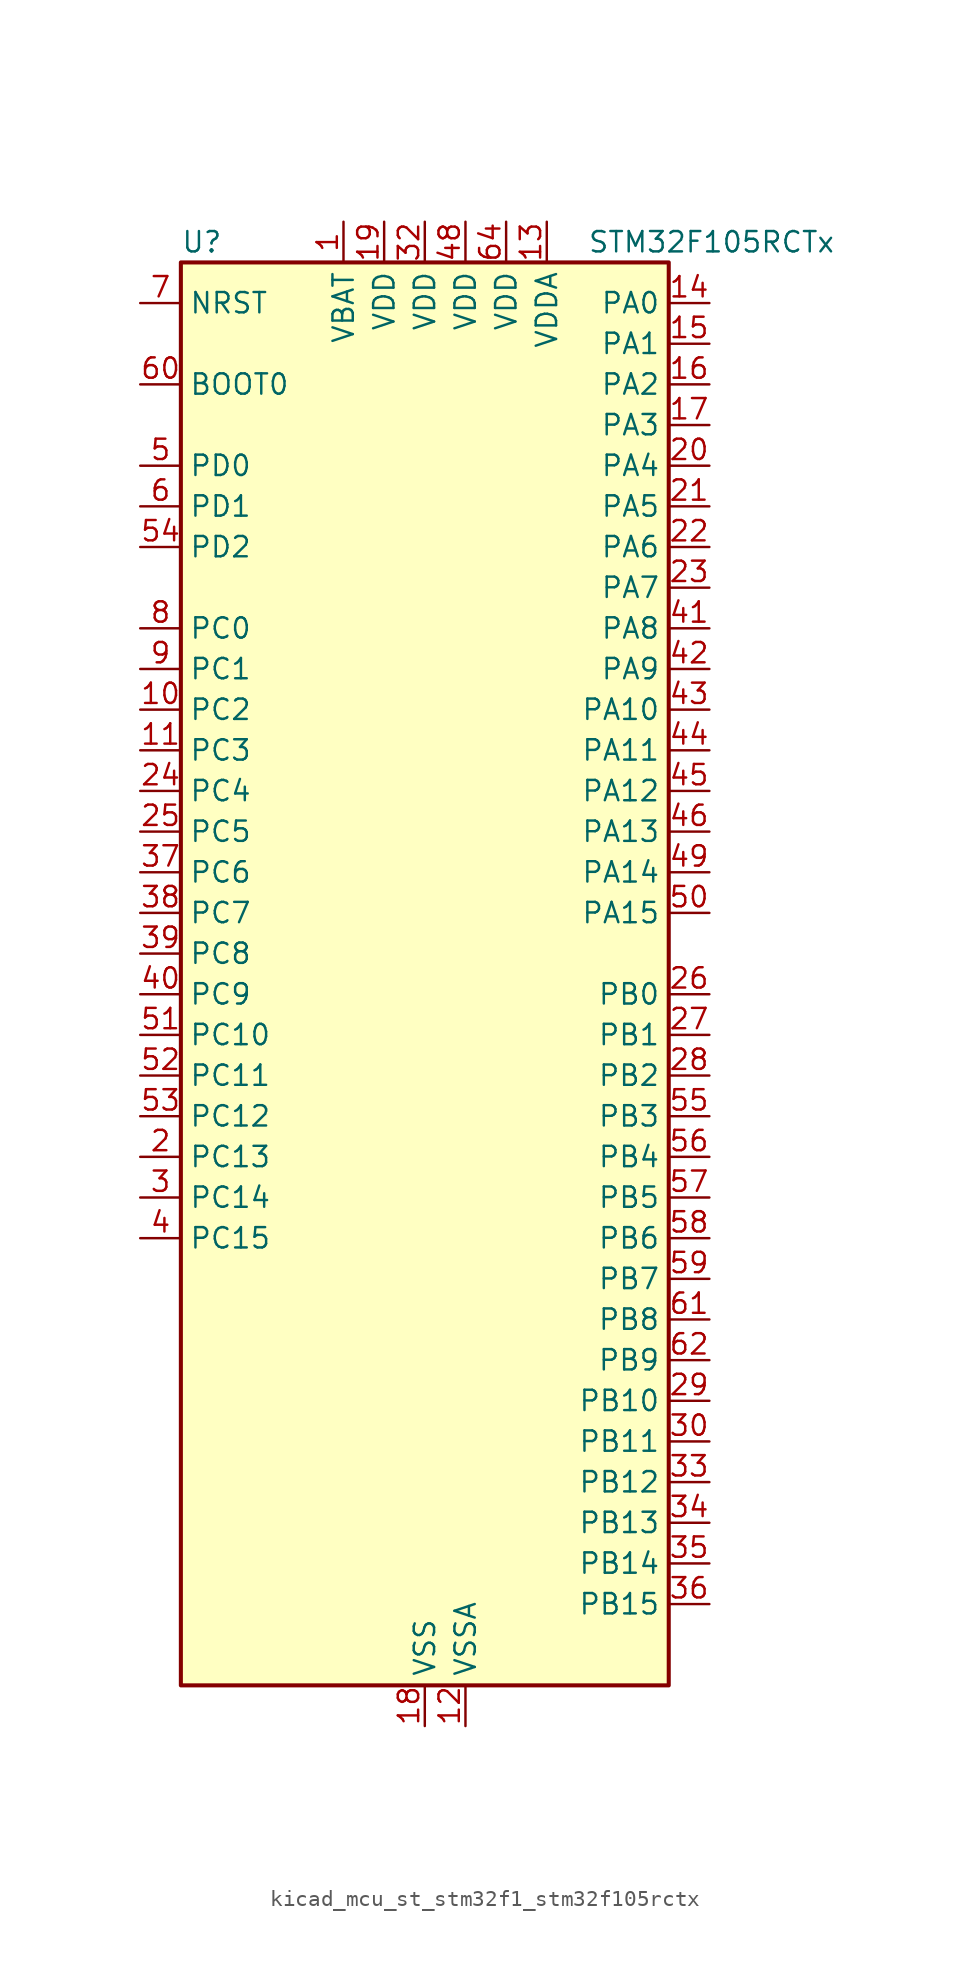
<source format=kicad_sym>
(kicad_symbol_lib
  (version 20220914)
  (generator kicad_symbol_editor)
  (symbol "kicad_mcu_st_stm32f1_stm32f105rctx"
    (property "Reference" "U"
      (at -15.24 46.99 0)
      (effects (font (size 1.27 1.27)) (justify left)))
    (property "Value" "STM32F105RCTx"
      (at 10.16 46.99 0)
      (effects (font (size 1.27 1.27)) (justify left)))
    (property "ki_locked" ""
      (at 0 0 0)
      (effects (font (size 1.27 1.27))))
    (symbol "kicad_mcu_st_stm32f1_stm32f105rctx_0_1"
      (rectangle (start -15.24 -43.18) (end 15.24 45.72) (stroke (width 0.254) (type default)) (fill (type background))))
    (symbol "kicad_mcu_st_stm32f1_stm32f105rctx_1_1"
      (pin power_in line (at -5.08 48.26 270) (length 2.54) (name "VBAT" (effects (font (size 1.27 1.27)))) (number "1" (effects (font (size 1.27 1.27)))))
      (pin bidirectional line (at -17.78 17.78 0) (length 2.54) (name "PC2" (effects (font (size 1.27 1.27)))) (number "10" (effects (font (size 1.27 1.27)))) (alternate "ADC1_IN12" bidirectional line) (alternate "ADC2_IN12" bidirectional line))
      (pin bidirectional line (at -17.78 15.24 0) (length 2.54) (name "PC3" (effects (font (size 1.27 1.27)))) (number "11" (effects (font (size 1.27 1.27)))) (alternate "ADC1_IN13" bidirectional line) (alternate "ADC2_IN13" bidirectional line))
      (pin power_in line (at 2.54 -45.72 90) (length 2.54) (name "VSSA" (effects (font (size 1.27 1.27)))) (number "12" (effects (font (size 1.27 1.27)))))
      (pin power_in line (at 7.62 48.26 270) (length 2.54) (name "VDDA" (effects (font (size 1.27 1.27)))) (number "13" (effects (font (size 1.27 1.27)))))
      (pin bidirectional line (at 17.78 43.18 180) (length 2.54) (name "PA0" (effects (font (size 1.27 1.27)))) (number "14" (effects (font (size 1.27 1.27)))) (alternate "ADC1_IN0" bidirectional line) (alternate "ADC2_IN0" bidirectional line) (alternate "SYS_WKUP" bidirectional line) (alternate "TIM2_CH1" bidirectional line) (alternate "TIM2_ETR" bidirectional line) (alternate "TIM5_CH1" bidirectional line) (alternate "USART2_CTS" bidirectional line))
      (pin bidirectional line (at 17.78 40.64 180) (length 2.54) (name "PA1" (effects (font (size 1.27 1.27)))) (number "15" (effects (font (size 1.27 1.27)))) (alternate "ADC1_IN1" bidirectional line) (alternate "ADC2_IN1" bidirectional line) (alternate "TIM2_CH2" bidirectional line) (alternate "TIM5_CH2" bidirectional line) (alternate "USART2_RTS" bidirectional line))
      (pin bidirectional line (at 17.78 38.1 180) (length 2.54) (name "PA2" (effects (font (size 1.27 1.27)))) (number "16" (effects (font (size 1.27 1.27)))) (alternate "ADC1_IN2" bidirectional line) (alternate "ADC2_IN2" bidirectional line) (alternate "TIM2_CH3" bidirectional line) (alternate "TIM5_CH3" bidirectional line) (alternate "USART2_TX" bidirectional line))
      (pin bidirectional line (at 17.78 35.56 180) (length 2.54) (name "PA3" (effects (font (size 1.27 1.27)))) (number "17" (effects (font (size 1.27 1.27)))) (alternate "ADC1_IN3" bidirectional line) (alternate "ADC2_IN3" bidirectional line) (alternate "TIM2_CH4" bidirectional line) (alternate "TIM5_CH4" bidirectional line) (alternate "USART2_RX" bidirectional line))
      (pin power_in line (at 0 -45.72 90) (length 2.54) (name "VSS" (effects (font (size 1.27 1.27)))) (number "18" (effects (font (size 1.27 1.27)))))
      (pin power_in line (at -2.54 48.26 270) (length 2.54) (name "VDD" (effects (font (size 1.27 1.27)))) (number "19" (effects (font (size 1.27 1.27)))))
      (pin bidirectional line (at -17.78 -10.16 0) (length 2.54) (name "PC13" (effects (font (size 1.27 1.27)))) (number "2" (effects (font (size 1.27 1.27)))) (alternate "RTC_OUT" bidirectional line) (alternate "RTC_TAMPER" bidirectional line))
      (pin bidirectional line (at 17.78 33.02 180) (length 2.54) (name "PA4" (effects (font (size 1.27 1.27)))) (number "20" (effects (font (size 1.27 1.27)))) (alternate "ADC1_IN4" bidirectional line) (alternate "ADC2_IN4" bidirectional line) (alternate "DAC_OUT1" bidirectional line) (alternate "I2S3_WS" bidirectional line) (alternate "SPI1_NSS" bidirectional line) (alternate "SPI3_NSS" bidirectional line) (alternate "USART2_CK" bidirectional line))
      (pin bidirectional line (at 17.78 30.48 180) (length 2.54) (name "PA5" (effects (font (size 1.27 1.27)))) (number "21" (effects (font (size 1.27 1.27)))) (alternate "ADC1_IN5" bidirectional line) (alternate "ADC2_IN5" bidirectional line) (alternate "DAC_OUT2" bidirectional line) (alternate "SPI1_SCK" bidirectional line))
      (pin bidirectional line (at 17.78 27.94 180) (length 2.54) (name "PA6" (effects (font (size 1.27 1.27)))) (number "22" (effects (font (size 1.27 1.27)))) (alternate "ADC1_IN6" bidirectional line) (alternate "ADC2_IN6" bidirectional line) (alternate "SPI1_MISO" bidirectional line) (alternate "TIM1_BKIN" bidirectional line) (alternate "TIM3_CH1" bidirectional line))
      (pin bidirectional line (at 17.78 25.4 180) (length 2.54) (name "PA7" (effects (font (size 1.27 1.27)))) (number "23" (effects (font (size 1.27 1.27)))) (alternate "ADC1_IN7" bidirectional line) (alternate "ADC2_IN7" bidirectional line) (alternate "SPI1_MOSI" bidirectional line) (alternate "TIM1_CH1N" bidirectional line) (alternate "TIM3_CH2" bidirectional line))
      (pin bidirectional line (at -17.78 12.7 0) (length 2.54) (name "PC4" (effects (font (size 1.27 1.27)))) (number "24" (effects (font (size 1.27 1.27)))) (alternate "ADC1_IN14" bidirectional line) (alternate "ADC2_IN14" bidirectional line))
      (pin bidirectional line (at -17.78 10.16 0) (length 2.54) (name "PC5" (effects (font (size 1.27 1.27)))) (number "25" (effects (font (size 1.27 1.27)))) (alternate "ADC1_IN15" bidirectional line) (alternate "ADC2_IN15" bidirectional line))
      (pin bidirectional line (at 17.78 0 180) (length 2.54) (name "PB0" (effects (font (size 1.27 1.27)))) (number "26" (effects (font (size 1.27 1.27)))) (alternate "ADC1_IN8" bidirectional line) (alternate "ADC2_IN8" bidirectional line) (alternate "TIM1_CH2N" bidirectional line) (alternate "TIM3_CH3" bidirectional line))
      (pin bidirectional line (at 17.78 -2.54 180) (length 2.54) (name "PB1" (effects (font (size 1.27 1.27)))) (number "27" (effects (font (size 1.27 1.27)))) (alternate "ADC1_IN9" bidirectional line) (alternate "ADC2_IN9" bidirectional line) (alternate "TIM1_CH3N" bidirectional line) (alternate "TIM3_CH4" bidirectional line))
      (pin bidirectional line (at 17.78 -5.08 180) (length 2.54) (name "PB2" (effects (font (size 1.27 1.27)))) (number "28" (effects (font (size 1.27 1.27)))))
      (pin bidirectional line (at 17.78 -25.4 180) (length 2.54) (name "PB10" (effects (font (size 1.27 1.27)))) (number "29" (effects (font (size 1.27 1.27)))) (alternate "I2C2_SCL" bidirectional line) (alternate "TIM2_CH3" bidirectional line) (alternate "USART3_TX" bidirectional line))
      (pin bidirectional line (at -17.78 -12.7 0) (length 2.54) (name "PC14" (effects (font (size 1.27 1.27)))) (number "3" (effects (font (size 1.27 1.27)))) (alternate "RCC_OSC32_IN" bidirectional line))
      (pin bidirectional line (at 17.78 -27.94 180) (length 2.54) (name "PB11" (effects (font (size 1.27 1.27)))) (number "30" (effects (font (size 1.27 1.27)))) (alternate "ADC1_EXTI11" bidirectional line) (alternate "ADC2_EXTI11" bidirectional line) (alternate "I2C2_SDA" bidirectional line) (alternate "TIM2_CH4" bidirectional line) (alternate "USART3_RX" bidirectional line))
      (pin passive line (at 0 -45.72 90) (length 2.54) hide (name "VSS" (effects (font (size 1.27 1.27)))) (number "31" (effects (font (size 1.27 1.27)))))
      (pin power_in line (at 0 48.26 270) (length 2.54) (name "VDD" (effects (font (size 1.27 1.27)))) (number "32" (effects (font (size 1.27 1.27)))))
      (pin bidirectional line (at 17.78 -30.48 180) (length 2.54) (name "PB12" (effects (font (size 1.27 1.27)))) (number "33" (effects (font (size 1.27 1.27)))) (alternate "CAN2_RX" bidirectional line) (alternate "I2C2_SMBA" bidirectional line) (alternate "I2S2_WS" bidirectional line) (alternate "SPI2_NSS" bidirectional line) (alternate "TIM1_BKIN" bidirectional line) (alternate "USART3_CK" bidirectional line))
      (pin bidirectional line (at 17.78 -33.02 180) (length 2.54) (name "PB13" (effects (font (size 1.27 1.27)))) (number "34" (effects (font (size 1.27 1.27)))) (alternate "CAN2_TX" bidirectional line) (alternate "I2S2_CK" bidirectional line) (alternate "SPI2_SCK" bidirectional line) (alternate "TIM1_CH1N" bidirectional line) (alternate "USART3_CTS" bidirectional line))
      (pin bidirectional line (at 17.78 -35.56 180) (length 2.54) (name "PB14" (effects (font (size 1.27 1.27)))) (number "35" (effects (font (size 1.27 1.27)))) (alternate "SPI2_MISO" bidirectional line) (alternate "TIM1_CH2N" bidirectional line) (alternate "USART3_RTS" bidirectional line))
      (pin bidirectional line (at 17.78 -38.1 180) (length 2.54) (name "PB15" (effects (font (size 1.27 1.27)))) (number "36" (effects (font (size 1.27 1.27)))) (alternate "ADC1_EXTI15" bidirectional line) (alternate "ADC2_EXTI15" bidirectional line) (alternate "I2S2_SD" bidirectional line) (alternate "SPI2_MOSI" bidirectional line) (alternate "TIM1_CH3N" bidirectional line))
      (pin bidirectional line (at -17.78 7.62 0) (length 2.54) (name "PC6" (effects (font (size 1.27 1.27)))) (number "37" (effects (font (size 1.27 1.27)))) (alternate "I2S2_MCK" bidirectional line) (alternate "TIM3_CH1" bidirectional line))
      (pin bidirectional line (at -17.78 5.08 0) (length 2.54) (name "PC7" (effects (font (size 1.27 1.27)))) (number "38" (effects (font (size 1.27 1.27)))) (alternate "I2S3_MCK" bidirectional line) (alternate "TIM3_CH2" bidirectional line))
      (pin bidirectional line (at -17.78 2.54 0) (length 2.54) (name "PC8" (effects (font (size 1.27 1.27)))) (number "39" (effects (font (size 1.27 1.27)))) (alternate "TIM3_CH3" bidirectional line))
      (pin bidirectional line (at -17.78 -15.24 0) (length 2.54) (name "PC15" (effects (font (size 1.27 1.27)))) (number "4" (effects (font (size 1.27 1.27)))) (alternate "ADC1_EXTI15" bidirectional line) (alternate "ADC2_EXTI15" bidirectional line) (alternate "RCC_OSC32_OUT" bidirectional line))
      (pin bidirectional line (at -17.78 0 0) (length 2.54) (name "PC9" (effects (font (size 1.27 1.27)))) (number "40" (effects (font (size 1.27 1.27)))) (alternate "DAC_EXTI9" bidirectional line) (alternate "TIM3_CH4" bidirectional line))
      (pin bidirectional line (at 17.78 22.86 180) (length 2.54) (name "PA8" (effects (font (size 1.27 1.27)))) (number "41" (effects (font (size 1.27 1.27)))) (alternate "RCC_MCO" bidirectional line) (alternate "TIM1_CH1" bidirectional line) (alternate "USART1_CK" bidirectional line) (alternate "USB_OTG_FS_SOF" bidirectional line))
      (pin bidirectional line (at 17.78 20.32 180) (length 2.54) (name "PA9" (effects (font (size 1.27 1.27)))) (number "42" (effects (font (size 1.27 1.27)))) (alternate "DAC_EXTI9" bidirectional line) (alternate "TIM1_CH2" bidirectional line) (alternate "USART1_TX" bidirectional line) (alternate "USB_OTG_FS_VBUS" bidirectional line))
      (pin bidirectional line (at 17.78 17.78 180) (length 2.54) (name "PA10" (effects (font (size 1.27 1.27)))) (number "43" (effects (font (size 1.27 1.27)))) (alternate "TIM1_CH3" bidirectional line) (alternate "USART1_RX" bidirectional line) (alternate "USB_OTG_FS_ID" bidirectional line))
      (pin bidirectional line (at 17.78 15.24 180) (length 2.54) (name "PA11" (effects (font (size 1.27 1.27)))) (number "44" (effects (font (size 1.27 1.27)))) (alternate "ADC1_EXTI11" bidirectional line) (alternate "ADC2_EXTI11" bidirectional line) (alternate "CAN1_RX" bidirectional line) (alternate "TIM1_CH4" bidirectional line) (alternate "USART1_CTS" bidirectional line) (alternate "USB_OTG_FS_DM" bidirectional line))
      (pin bidirectional line (at 17.78 12.7 180) (length 2.54) (name "PA12" (effects (font (size 1.27 1.27)))) (number "45" (effects (font (size 1.27 1.27)))) (alternate "CAN1_TX" bidirectional line) (alternate "TIM1_ETR" bidirectional line) (alternate "USART1_RTS" bidirectional line) (alternate "USB_OTG_FS_DP" bidirectional line))
      (pin bidirectional line (at 17.78 10.16 180) (length 2.54) (name "PA13" (effects (font (size 1.27 1.27)))) (number "46" (effects (font (size 1.27 1.27)))) (alternate "SYS_JTMS-SWDIO" bidirectional line))
      (pin passive line (at 0 -45.72 90) (length 2.54) hide (name "VSS" (effects (font (size 1.27 1.27)))) (number "47" (effects (font (size 1.27 1.27)))))
      (pin power_in line (at 2.54 48.26 270) (length 2.54) (name "VDD" (effects (font (size 1.27 1.27)))) (number "48" (effects (font (size 1.27 1.27)))))
      (pin bidirectional line (at 17.78 7.62 180) (length 2.54) (name "PA14" (effects (font (size 1.27 1.27)))) (number "49" (effects (font (size 1.27 1.27)))) (alternate "SYS_JTCK-SWCLK" bidirectional line))
      (pin bidirectional line (at -17.78 33.02 0) (length 2.54) (name "PD0" (effects (font (size 1.27 1.27)))) (number "5" (effects (font (size 1.27 1.27)))) (alternate "RCC_OSC_IN" bidirectional line))
      (pin bidirectional line (at 17.78 5.08 180) (length 2.54) (name "PA15" (effects (font (size 1.27 1.27)))) (number "50" (effects (font (size 1.27 1.27)))) (alternate "ADC1_EXTI15" bidirectional line) (alternate "ADC2_EXTI15" bidirectional line) (alternate "I2S3_WS" bidirectional line) (alternate "SPI1_NSS" bidirectional line) (alternate "SPI3_NSS" bidirectional line) (alternate "SYS_JTDI" bidirectional line) (alternate "TIM2_CH1" bidirectional line) (alternate "TIM2_ETR" bidirectional line))
      (pin bidirectional line (at -17.78 -2.54 0) (length 2.54) (name "PC10" (effects (font (size 1.27 1.27)))) (number "51" (effects (font (size 1.27 1.27)))) (alternate "I2S3_CK" bidirectional line) (alternate "SPI3_SCK" bidirectional line) (alternate "UART4_TX" bidirectional line) (alternate "USART3_TX" bidirectional line))
      (pin bidirectional line (at -17.78 -5.08 0) (length 2.54) (name "PC11" (effects (font (size 1.27 1.27)))) (number "52" (effects (font (size 1.27 1.27)))) (alternate "ADC1_EXTI11" bidirectional line) (alternate "ADC2_EXTI11" bidirectional line) (alternate "SPI3_MISO" bidirectional line) (alternate "UART4_RX" bidirectional line) (alternate "USART3_RX" bidirectional line))
      (pin bidirectional line (at -17.78 -7.62 0) (length 2.54) (name "PC12" (effects (font (size 1.27 1.27)))) (number "53" (effects (font (size 1.27 1.27)))) (alternate "I2S3_SD" bidirectional line) (alternate "SPI3_MOSI" bidirectional line) (alternate "UART5_TX" bidirectional line) (alternate "USART3_CK" bidirectional line))
      (pin bidirectional line (at -17.78 27.94 0) (length 2.54) (name "PD2" (effects (font (size 1.27 1.27)))) (number "54" (effects (font (size 1.27 1.27)))) (alternate "TIM3_ETR" bidirectional line) (alternate "UART5_RX" bidirectional line))
      (pin bidirectional line (at 17.78 -7.62 180) (length 2.54) (name "PB3" (effects (font (size 1.27 1.27)))) (number "55" (effects (font (size 1.27 1.27)))) (alternate "I2S3_CK" bidirectional line) (alternate "SPI1_SCK" bidirectional line) (alternate "SPI3_SCK" bidirectional line) (alternate "SYS_JTDO" bidirectional line) (alternate "SYS_TRACESWO" bidirectional line) (alternate "TIM2_CH2" bidirectional line))
      (pin bidirectional line (at 17.78 -10.16 180) (length 2.54) (name "PB4" (effects (font (size 1.27 1.27)))) (number "56" (effects (font (size 1.27 1.27)))) (alternate "SPI1_MISO" bidirectional line) (alternate "SPI3_MISO" bidirectional line) (alternate "SYS_NJTRST" bidirectional line) (alternate "TIM3_CH1" bidirectional line))
      (pin bidirectional line (at 17.78 -12.7 180) (length 2.54) (name "PB5" (effects (font (size 1.27 1.27)))) (number "57" (effects (font (size 1.27 1.27)))) (alternate "CAN2_RX" bidirectional line) (alternate "I2C1_SMBA" bidirectional line) (alternate "I2S3_SD" bidirectional line) (alternate "SPI1_MOSI" bidirectional line) (alternate "SPI3_MOSI" bidirectional line) (alternate "TIM3_CH2" bidirectional line))
      (pin bidirectional line (at 17.78 -15.24 180) (length 2.54) (name "PB6" (effects (font (size 1.27 1.27)))) (number "58" (effects (font (size 1.27 1.27)))) (alternate "CAN2_TX" bidirectional line) (alternate "I2C1_SCL" bidirectional line) (alternate "TIM4_CH1" bidirectional line) (alternate "USART1_TX" bidirectional line))
      (pin bidirectional line (at 17.78 -17.78 180) (length 2.54) (name "PB7" (effects (font (size 1.27 1.27)))) (number "59" (effects (font (size 1.27 1.27)))) (alternate "I2C1_SDA" bidirectional line) (alternate "TIM4_CH2" bidirectional line) (alternate "USART1_RX" bidirectional line))
      (pin bidirectional line (at -17.78 30.48 0) (length 2.54) (name "PD1" (effects (font (size 1.27 1.27)))) (number "6" (effects (font (size 1.27 1.27)))) (alternate "RCC_OSC_OUT" bidirectional line))
      (pin input line (at -17.78 38.1 0) (length 2.54) (name "BOOT0" (effects (font (size 1.27 1.27)))) (number "60" (effects (font (size 1.27 1.27)))))
      (pin bidirectional line (at 17.78 -20.32 180) (length 2.54) (name "PB8" (effects (font (size 1.27 1.27)))) (number "61" (effects (font (size 1.27 1.27)))) (alternate "CAN1_RX" bidirectional line) (alternate "I2C1_SCL" bidirectional line) (alternate "TIM4_CH3" bidirectional line))
      (pin bidirectional line (at 17.78 -22.86 180) (length 2.54) (name "PB9" (effects (font (size 1.27 1.27)))) (number "62" (effects (font (size 1.27 1.27)))) (alternate "CAN1_TX" bidirectional line) (alternate "DAC_EXTI9" bidirectional line) (alternate "I2C1_SDA" bidirectional line) (alternate "TIM4_CH4" bidirectional line))
      (pin passive line (at 0 -45.72 90) (length 2.54) hide (name "VSS" (effects (font (size 1.27 1.27)))) (number "63" (effects (font (size 1.27 1.27)))))
      (pin power_in line (at 5.08 48.26 270) (length 2.54) (name "VDD" (effects (font (size 1.27 1.27)))) (number "64" (effects (font (size 1.27 1.27)))))
      (pin input line (at -17.78 43.18 0) (length 2.54) (name "NRST" (effects (font (size 1.27 1.27)))) (number "7" (effects (font (size 1.27 1.27)))))
      (pin bidirectional line (at -17.78 22.86 0) (length 2.54) (name "PC0" (effects (font (size 1.27 1.27)))) (number "8" (effects (font (size 1.27 1.27)))) (alternate "ADC1_IN10" bidirectional line) (alternate "ADC2_IN10" bidirectional line))
      (pin bidirectional line (at -17.78 20.32 0) (length 2.54) (name "PC1" (effects (font (size 1.27 1.27)))) (number "9" (effects (font (size 1.27 1.27)))) (alternate "ADC1_IN11" bidirectional line) (alternate "ADC2_IN11" bidirectional line)))))
</source>
